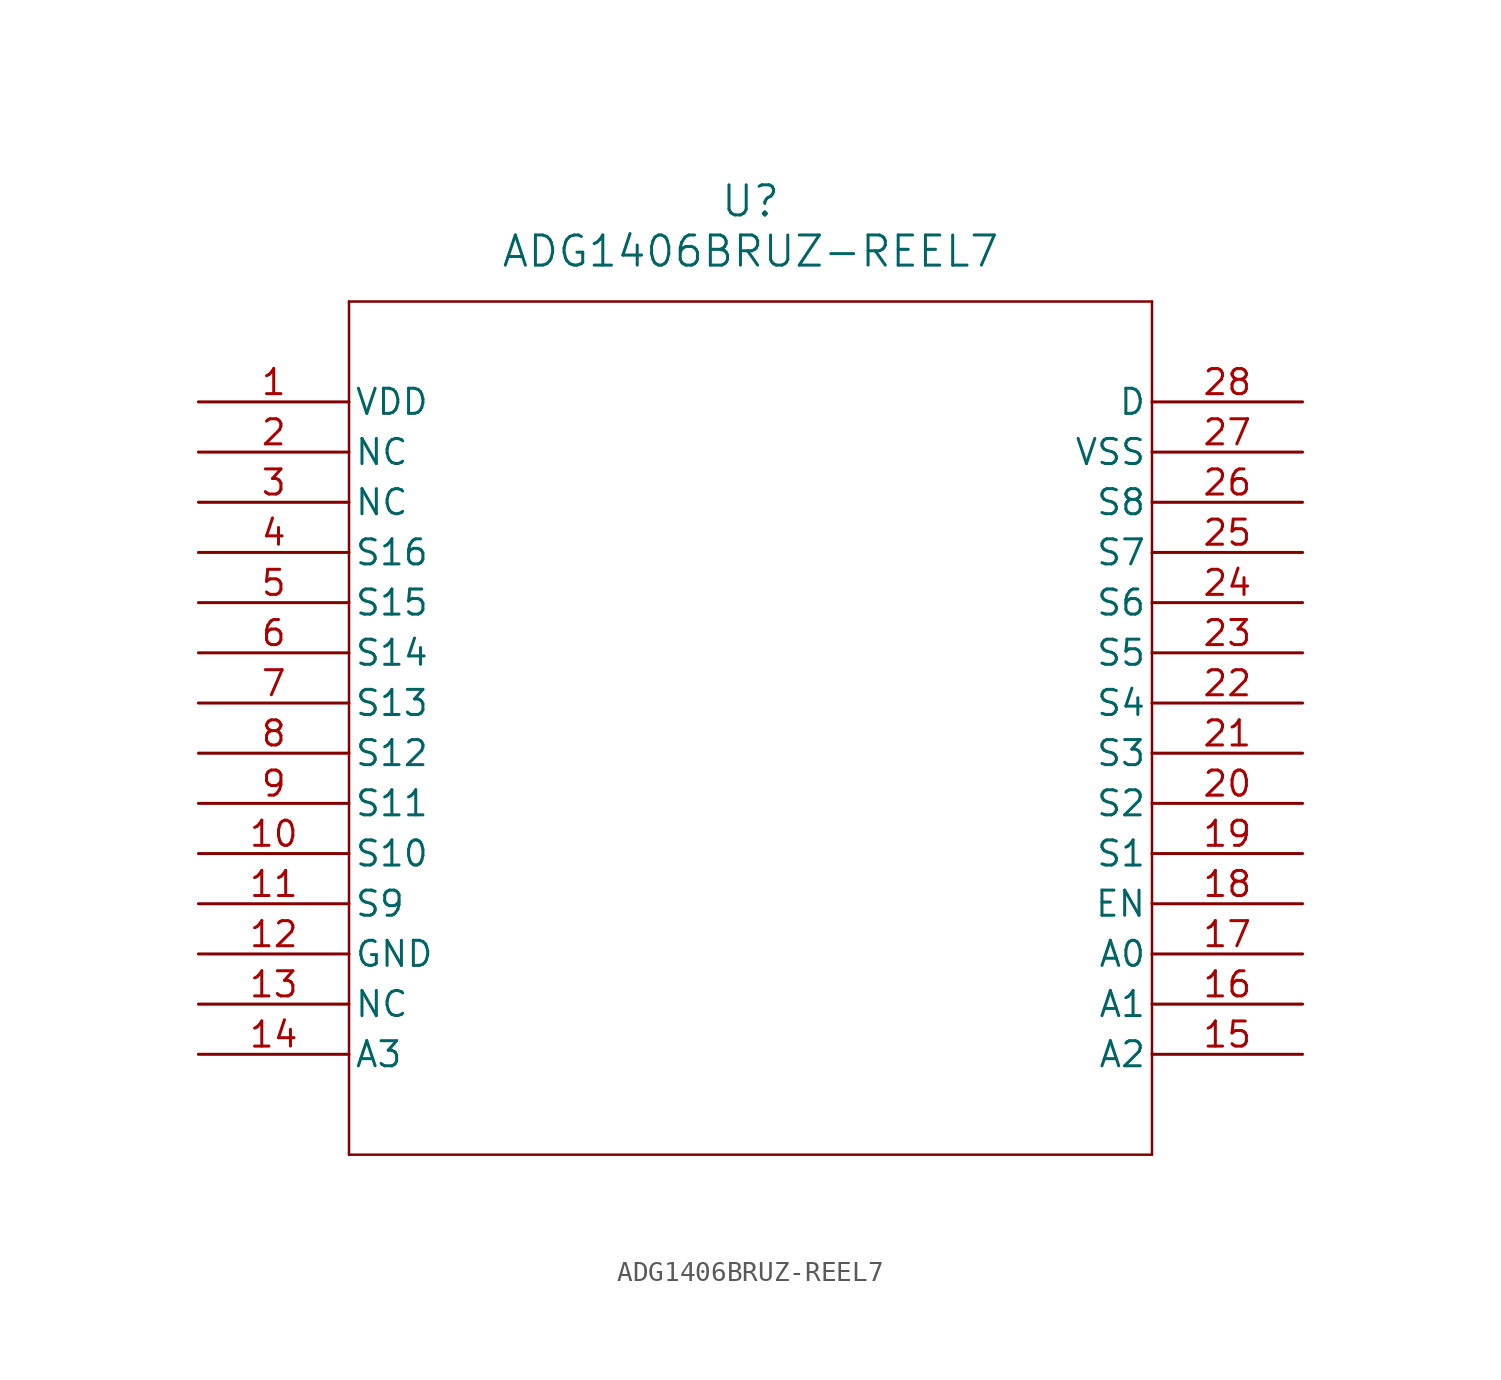
<source format=kicad_sym>
(kicad_symbol_lib
  (version 20211014)
  (generator kicad_symbol_editor)
  (symbol "ADG1406BRUZ-REEL7"
    (pin_names
      (offset 0.254))
    (property "Reference" "U"
      (at 27.94 10.16 0)
      (effects (font (size 1.524 1.524))))
    (property "Value" "ADG1406BRUZ-REEL7"
      (at 27.94 7.62 0)
      (effects (font (size 1.524 1.524))))
    (symbol "ADG1406BRUZ-REEL7_0_1"
      (polyline (pts (xy 7.62 5.08) (xy 7.62 -38.1)) (stroke (width 0.127) (type default) (color 0 0 0 0)) (fill (type none)))
      (polyline (pts (xy 7.62 -38.1) (xy 48.26 -38.1)) (stroke (width 0.127) (type default) (color 0 0 0 0)) (fill (type none)))
      (polyline (pts (xy 48.26 -38.1) (xy 48.26 5.08)) (stroke (width 0.127) (type default) (color 0 0 0 0)) (fill (type none)))
      (polyline (pts (xy 48.26 5.08) (xy 7.62 5.08)) (stroke (width 0.127) (type default) (color 0 0 0 0)) (fill (type none)))
      (pin power_in line (at 0 0 0) (length 7.62) (name "VDD" (effects (font (size 1.27 1.27)))) (number "1" (effects (font (size 1.27 1.27)))))
      (pin unspecified line (at 0 -2.54 0) (length 7.62) (name "NC" (effects (font (size 1.27 1.27)))) (number "2" (effects (font (size 1.27 1.27)))))
      (pin unspecified line (at 0 -5.08 0) (length 7.62) (name "NC" (effects (font (size 1.27 1.27)))) (number "3" (effects (font (size 1.27 1.27)))))
      (pin unspecified line (at 0 -7.62 0) (length 7.62) (name "S16" (effects (font (size 1.27 1.27)))) (number "4" (effects (font (size 1.27 1.27)))))
      (pin unspecified line (at 0 -10.16 0) (length 7.62) (name "S15" (effects (font (size 1.27 1.27)))) (number "5" (effects (font (size 1.27 1.27)))))
      (pin unspecified line (at 0 -12.7 0) (length 7.62) (name "S14" (effects (font (size 1.27 1.27)))) (number "6" (effects (font (size 1.27 1.27)))))
      (pin unspecified line (at 0 -15.24 0) (length 7.62) (name "S13" (effects (font (size 1.27 1.27)))) (number "7" (effects (font (size 1.27 1.27)))))
      (pin unspecified line (at 0 -17.78 0) (length 7.62) (name "S12" (effects (font (size 1.27 1.27)))) (number "8" (effects (font (size 1.27 1.27)))))
      (pin unspecified line (at 0 -20.32 0) (length 7.62) (name "S11" (effects (font (size 1.27 1.27)))) (number "9" (effects (font (size 1.27 1.27)))))
      (pin unspecified line (at 0 -22.86 0) (length 7.62) (name "S10" (effects (font (size 1.27 1.27)))) (number "10" (effects (font (size 1.27 1.27)))))
      (pin unspecified line (at 0 -25.4 0) (length 7.62) (name "S9" (effects (font (size 1.27 1.27)))) (number "11" (effects (font (size 1.27 1.27)))))
      (pin unspecified line (at 0 -27.94 0) (length 7.62) (name "GND" (effects (font (size 1.27 1.27)))) (number "12" (effects (font (size 1.27 1.27)))))
      (pin unspecified line (at 0 -30.48 0) (length 7.62) (name "NC" (effects (font (size 1.27 1.27)))) (number "13" (effects (font (size 1.27 1.27)))))
      (pin unspecified line (at 0 -33.02 0) (length 7.62) (name "A3" (effects (font (size 1.27 1.27)))) (number "14" (effects (font (size 1.27 1.27)))))
      (pin unspecified line (at 55.88 -33.02 180) (length 7.62) (name "A2" (effects (font (size 1.27 1.27)))) (number "15" (effects (font (size 1.27 1.27)))))
      (pin unspecified line (at 55.88 -30.48 180) (length 7.62) (name "A1" (effects (font (size 1.27 1.27)))) (number "16" (effects (font (size 1.27 1.27)))))
      (pin unspecified line (at 55.88 -27.94 180) (length 7.62) (name "A0" (effects (font (size 1.27 1.27)))) (number "17" (effects (font (size 1.27 1.27)))))
      (pin unspecified line (at 55.88 -25.4 180) (length 7.62) (name "EN" (effects (font (size 1.27 1.27)))) (number "18" (effects (font (size 1.27 1.27)))))
      (pin unspecified line (at 55.88 -22.86 180) (length 7.62) (name "S1" (effects (font (size 1.27 1.27)))) (number "19" (effects (font (size 1.27 1.27)))))
      (pin unspecified line (at 55.88 -20.32 180) (length 7.62) (name "S2" (effects (font (size 1.27 1.27)))) (number "20" (effects (font (size 1.27 1.27)))))
      (pin unspecified line (at 55.88 -17.78 180) (length 7.62) (name "S3" (effects (font (size 1.27 1.27)))) (number "21" (effects (font (size 1.27 1.27)))))
      (pin unspecified line (at 55.88 -15.24 180) (length 7.62) (name "S4" (effects (font (size 1.27 1.27)))) (number "22" (effects (font (size 1.27 1.27)))))
      (pin unspecified line (at 55.88 -12.7 180) (length 7.62) (name "S5" (effects (font (size 1.27 1.27)))) (number "23" (effects (font (size 1.27 1.27)))))
      (pin unspecified line (at 55.88 -10.16 180) (length 7.62) (name "S6" (effects (font (size 1.27 1.27)))) (number "24" (effects (font (size 1.27 1.27)))))
      (pin unspecified line (at 55.88 -7.62 180) (length 7.62) (name "S7" (effects (font (size 1.27 1.27)))) (number "25" (effects (font (size 1.27 1.27)))))
      (pin unspecified line (at 55.88 -5.08 180) (length 7.62) (name "S8" (effects (font (size 1.27 1.27)))) (number "26" (effects (font (size 1.27 1.27)))))
      (pin unspecified line (at 55.88 -2.54 180) (length 7.62) (name "VSS" (effects (font (size 1.27 1.27)))) (number "27" (effects (font (size 1.27 1.27)))))
      (pin unspecified line (at 55.88 0 180) (length 7.62) (name "D" (effects (font (size 1.27 1.27)))) (number "28" (effects (font (size 1.27 1.27))))))))
</source>
